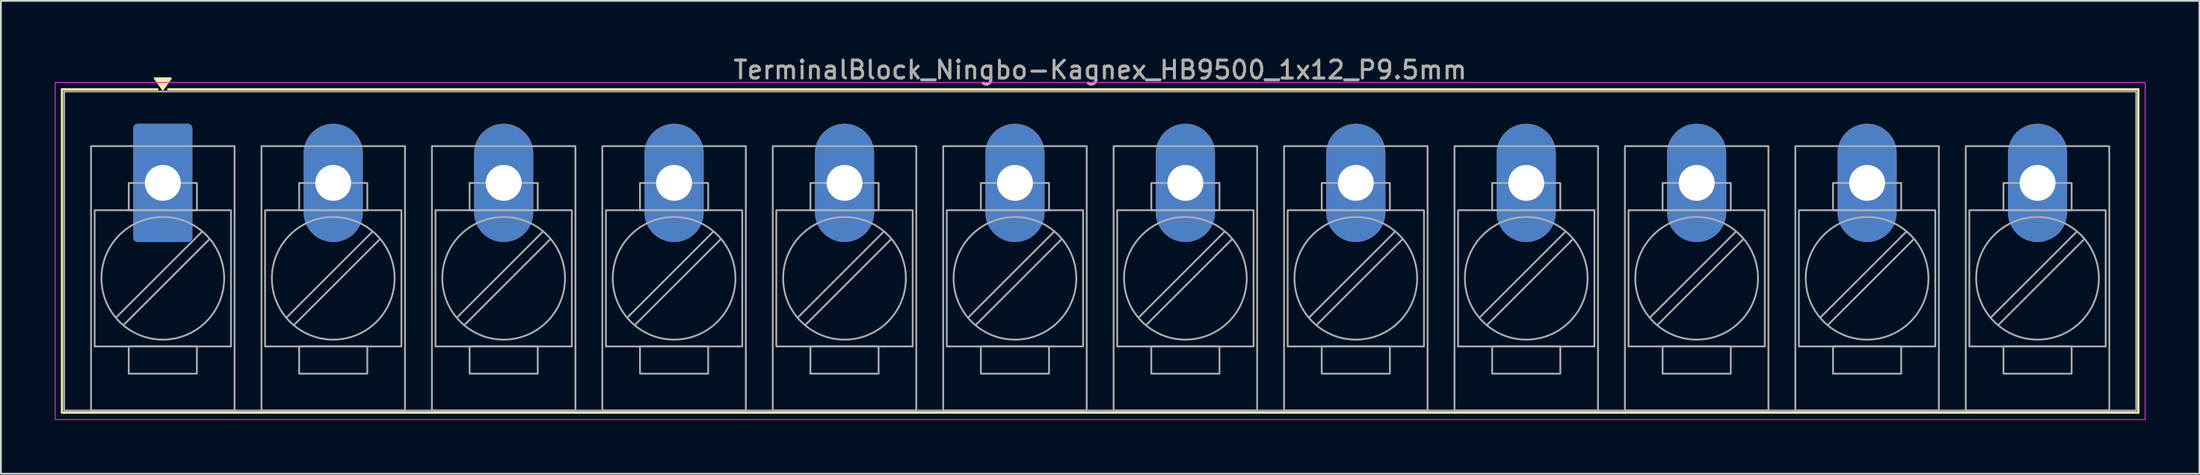
<source format=kicad_pcb>
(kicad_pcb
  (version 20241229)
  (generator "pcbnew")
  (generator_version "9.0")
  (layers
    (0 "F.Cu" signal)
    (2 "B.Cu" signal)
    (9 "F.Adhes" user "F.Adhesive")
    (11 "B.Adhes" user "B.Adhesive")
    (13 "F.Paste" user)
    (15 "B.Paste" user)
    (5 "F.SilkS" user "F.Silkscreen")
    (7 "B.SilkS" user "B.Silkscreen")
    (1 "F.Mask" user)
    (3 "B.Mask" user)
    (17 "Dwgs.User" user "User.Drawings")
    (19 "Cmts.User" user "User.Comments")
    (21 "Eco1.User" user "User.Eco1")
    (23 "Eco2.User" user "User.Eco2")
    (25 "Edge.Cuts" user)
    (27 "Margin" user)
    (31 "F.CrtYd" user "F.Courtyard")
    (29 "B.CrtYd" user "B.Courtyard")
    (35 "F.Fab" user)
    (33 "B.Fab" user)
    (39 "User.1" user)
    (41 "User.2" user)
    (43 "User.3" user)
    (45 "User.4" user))
  (footprint "TerminalBlock_Ningbo-Kagnex_HB9500_1x12_P9.5mm"
    (layer "F.Cu")
    (at 6.025 7.153)
    (property "Reference" "TerminalBlock_Ningbo-Kagnex_HB9500_1x12_P9.5mm" (at 52.25 -6.305 0) (layer "F.SilkS") (effects (font (size 1 1) (thickness 0.15))))
    (attr through_hole)
    (fp_line (start -5.62 -5.22) (end -0.3 -5.22) (stroke (width 0.12) (type solid)) (layer "F.SilkS"))
    (fp_line (start -5.62 12.82) (end -5.62 -5.22) (stroke (width 0.12) (type solid)) (layer "F.SilkS"))
    (fp_line (start 0.3 -5.22) (end 110.12 -5.22) (stroke (width 0.12) (type solid)) (layer "F.SilkS"))
    (fp_line (start 110.12 -5.22) (end 110.12 12.82) (stroke (width 0.12) (type solid)) (layer "F.SilkS"))
    (fp_line (start 110.12 12.82) (end -5.62 12.82) (stroke (width 0.12) (type solid)) (layer "F.SilkS"))
    (fp_poly (pts (xy 0 -5.22) (xy -0.44 -5.83) (xy 0.44 -5.83)) (stroke (width 0.12) (type solid)) (fill yes) (layer "F.SilkS"))
    (fp_rect (start -6 -5.605) (end 110.5 13.205) (stroke (width 0.05) (type solid)) (fill no) (layer "F.CrtYd"))
    (fp_line (start 2.176 2.731) (end -2.594 7.501) (stroke (width 0.1) (type solid)) (layer "F.Fab"))
    (fp_line (start 2.594 3.149) (end -2.176 7.919) (stroke (width 0.1) (type solid)) (layer "F.Fab"))
    (fp_line (start 11.676 2.731) (end 6.906 7.501) (stroke (width 0.1) (type solid)) (layer "F.Fab"))
    (fp_line (start 12.094 3.149) (end 7.324 7.919) (stroke (width 0.1) (type solid)) (layer "F.Fab"))
    (fp_line (start 21.176 2.731) (end 16.406 7.501) (stroke (width 0.1) (type solid)) (layer "F.Fab"))
    (fp_line (start 21.594 3.149) (end 16.824 7.919) (stroke (width 0.1) (type solid)) (layer "F.Fab"))
    (fp_line (start 30.676 2.731) (end 25.906 7.501) (stroke (width 0.1) (type solid)) (layer "F.Fab"))
    (fp_line (start 31.094 3.149) (end 26.324 7.919) (stroke (width 0.1) (type solid)) (layer "F.Fab"))
    (fp_line (start 40.176 2.731) (end 35.406 7.501) (stroke (width 0.1) (type solid)) (layer "F.Fab"))
    (fp_line (start 40.594 3.149) (end 35.824 7.919) (stroke (width 0.1) (type solid)) (layer "F.Fab"))
    (fp_line (start 49.676 2.731) (end 44.906 7.501) (stroke (width 0.1) (type solid)) (layer "F.Fab"))
    (fp_line (start 50.094 3.149) (end 45.324 7.919) (stroke (width 0.1) (type solid)) (layer "F.Fab"))
    (fp_line (start 59.176 2.731) (end 54.406 7.501) (stroke (width 0.1) (type solid)) (layer "F.Fab"))
    (fp_line (start 59.594 3.149) (end 54.824 7.919) (stroke (width 0.1) (type solid)) (layer "F.Fab"))
    (fp_line (start 68.676 2.731) (end 63.906 7.501) (stroke (width 0.1) (type solid)) (layer "F.Fab"))
    (fp_line (start 69.094 3.149) (end 64.324 7.919) (stroke (width 0.1) (type solid)) (layer "F.Fab"))
    (fp_line (start 78.176 2.731) (end 73.406 7.501) (stroke (width 0.1) (type solid)) (layer "F.Fab"))
    (fp_line (start 78.594 3.149) (end 73.824 7.919) (stroke (width 0.1) (type solid)) (layer "F.Fab"))
    (fp_line (start 87.676 2.731) (end 82.906 7.501) (stroke (width 0.1) (type solid)) (layer "F.Fab"))
    (fp_line (start 88.094 3.149) (end 83.324 7.919) (stroke (width 0.1) (type solid)) (layer "F.Fab"))
    (fp_line (start 97.176 2.731) (end 92.406 7.501) (stroke (width 0.1) (type solid)) (layer "F.Fab"))
    (fp_line (start 97.594 3.149) (end 92.824 7.919) (stroke (width 0.1) (type solid)) (layer "F.Fab"))
    (fp_line (start 106.676 2.731) (end 101.906 7.501) (stroke (width 0.1) (type solid)) (layer "F.Fab"))
    (fp_line (start 107.094 3.149) (end 102.324 7.919) (stroke (width 0.1) (type solid)) (layer "F.Fab"))
    (fp_rect (start -5.5 -5.1) (end 110 12.7) (stroke (width 0.1) (type solid)) (fill no) (layer "F.Fab"))
    (fp_rect (start -4 -2.05) (end 4 12.7) (stroke (width 0.1) (type solid)) (fill no) (layer "F.Fab"))
    (fp_rect (start -3.8 1.525) (end 3.8 9.125) (stroke (width 0.1) (type solid)) (fill no) (layer "F.Fab"))
    (fp_rect (start -1.9 0.005) (end 1.9 1.525) (stroke (width 0.1) (type solid)) (fill no) (layer "F.Fab"))
    (fp_rect (start -1.9 9.125) (end 1.9 10.645) (stroke (width 0.1) (type solid)) (fill no) (layer "F.Fab"))
    (fp_rect (start 5.5 -2.05) (end 13.5 12.7) (stroke (width 0.1) (type solid)) (fill no) (layer "F.Fab"))
    (fp_rect (start 5.7 1.525) (end 13.3 9.125) (stroke (width 0.1) (type solid)) (fill no) (layer "F.Fab"))
    (fp_rect (start 7.6 0.005) (end 11.4 1.525) (stroke (width 0.1) (type solid)) (fill no) (layer "F.Fab"))
    (fp_rect (start 7.6 9.125) (end 11.4 10.645) (stroke (width 0.1) (type solid)) (fill no) (layer "F.Fab"))
    (fp_rect (start 15 -2.05) (end 23 12.7) (stroke (width 0.1) (type solid)) (fill no) (layer "F.Fab"))
    (fp_rect (start 15.2 1.525) (end 22.8 9.125) (stroke (width 0.1) (type solid)) (fill no) (layer "F.Fab"))
    (fp_rect (start 17.1 0.005) (end 20.9 1.525) (stroke (width 0.1) (type solid)) (fill no) (layer "F.Fab"))
    (fp_rect (start 17.1 9.125) (end 20.9 10.645) (stroke (width 0.1) (type solid)) (fill no) (layer "F.Fab"))
    (fp_rect (start 24.5 -2.05) (end 32.5 12.7) (stroke (width 0.1) (type solid)) (fill no) (layer "F.Fab"))
    (fp_rect (start 24.7 1.525) (end 32.3 9.125) (stroke (width 0.1) (type solid)) (fill no) (layer "F.Fab"))
    (fp_rect (start 26.6 0.005) (end 30.4 1.525) (stroke (width 0.1) (type solid)) (fill no) (layer "F.Fab"))
    (fp_rect (start 26.6 9.125) (end 30.4 10.645) (stroke (width 0.1) (type solid)) (fill no) (layer "F.Fab"))
    (fp_rect (start 34 -2.05) (end 42 12.7) (stroke (width 0.1) (type solid)) (fill no) (layer "F.Fab"))
    (fp_rect (start 34.2 1.525) (end 41.8 9.125) (stroke (width 0.1) (type solid)) (fill no) (layer "F.Fab"))
    (fp_rect (start 36.1 0.005) (end 39.9 1.525) (stroke (width 0.1) (type solid)) (fill no) (layer "F.Fab"))
    (fp_rect (start 36.1 9.125) (end 39.9 10.645) (stroke (width 0.1) (type solid)) (fill no) (layer "F.Fab"))
    (fp_rect (start 43.5 -2.05) (end 51.5 12.7) (stroke (width 0.1) (type solid)) (fill no) (layer "F.Fab"))
    (fp_rect (start 43.7 1.525) (end 51.3 9.125) (stroke (width 0.1) (type solid)) (fill no) (layer "F.Fab"))
    (fp_rect (start 45.6 0.005) (end 49.4 1.525) (stroke (width 0.1) (type solid)) (fill no) (layer "F.Fab"))
    (fp_rect (start 45.6 9.125) (end 49.4 10.645) (stroke (width 0.1) (type solid)) (fill no) (layer "F.Fab"))
    (fp_rect (start 53 -2.05) (end 61 12.7) (stroke (width 0.1) (type solid)) (fill no) (layer "F.Fab"))
    (fp_rect (start 53.2 1.525) (end 60.8 9.125) (stroke (width 0.1) (type solid)) (fill no) (layer "F.Fab"))
    (fp_rect (start 55.1 0.005) (end 58.9 1.525) (stroke (width 0.1) (type solid)) (fill no) (layer "F.Fab"))
    (fp_rect (start 55.1 9.125) (end 58.9 10.645) (stroke (width 0.1) (type solid)) (fill no) (layer "F.Fab"))
    (fp_rect (start 62.5 -2.05) (end 70.5 12.7) (stroke (width 0.1) (type solid)) (fill no) (layer "F.Fab"))
    (fp_rect (start 62.7 1.525) (end 70.3 9.125) (stroke (width 0.1) (type solid)) (fill no) (layer "F.Fab"))
    (fp_rect (start 64.6 0.005) (end 68.4 1.525) (stroke (width 0.1) (type solid)) (fill no) (layer "F.Fab"))
    (fp_rect (start 64.6 9.125) (end 68.4 10.645) (stroke (width 0.1) (type solid)) (fill no) (layer "F.Fab"))
    (fp_rect (start 72 -2.05) (end 80 12.7) (stroke (width 0.1) (type solid)) (fill no) (layer "F.Fab"))
    (fp_rect (start 72.2 1.525) (end 79.8 9.125) (stroke (width 0.1) (type solid)) (fill no) (layer "F.Fab"))
    (fp_rect (start 74.1 0.005) (end 77.9 1.525) (stroke (width 0.1) (type solid)) (fill no) (layer "F.Fab"))
    (fp_rect (start 74.1 9.125) (end 77.9 10.645) (stroke (width 0.1) (type solid)) (fill no) (layer "F.Fab"))
    (fp_rect (start 81.5 -2.05) (end 89.5 12.7) (stroke (width 0.1) (type solid)) (fill no) (layer "F.Fab"))
    (fp_rect (start 81.7 1.525) (end 89.3 9.125) (stroke (width 0.1) (type solid)) (fill no) (layer "F.Fab"))
    (fp_rect (start 83.6 0.005) (end 87.4 1.525) (stroke (width 0.1) (type solid)) (fill no) (layer "F.Fab"))
    (fp_rect (start 83.6 9.125) (end 87.4 10.645) (stroke (width 0.1) (type solid)) (fill no) (layer "F.Fab"))
    (fp_rect (start 91 -2.05) (end 99 12.7) (stroke (width 0.1) (type solid)) (fill no) (layer "F.Fab"))
    (fp_rect (start 91.2 1.525) (end 98.8 9.125) (stroke (width 0.1) (type solid)) (fill no) (layer "F.Fab"))
    (fp_rect (start 93.1 0.005) (end 96.9 1.525) (stroke (width 0.1) (type solid)) (fill no) (layer "F.Fab"))
    (fp_rect (start 93.1 9.125) (end 96.9 10.645) (stroke (width 0.1) (type solid)) (fill no) (layer "F.Fab"))
    (fp_rect (start 100.5 -2.05) (end 108.5 12.7) (stroke (width 0.1) (type solid)) (fill no) (layer "F.Fab"))
    (fp_rect (start 100.7 1.525) (end 108.3 9.125) (stroke (width 0.1) (type solid)) (fill no) (layer "F.Fab"))
    (fp_rect (start 102.6 0.005) (end 106.4 1.525) (stroke (width 0.1) (type solid)) (fill no) (layer "F.Fab"))
    (fp_rect (start 102.6 9.125) (end 106.4 10.645) (stroke (width 0.1) (type solid)) (fill no) (layer "F.Fab"))
    (fp_circle (center 0 5.325) (end 3.42 5.325) (stroke (width 0.1) (type solid)) (fill no) (layer "F.Fab"))
    (fp_circle (center 9.5 5.325) (end 12.92 5.325) (stroke (width 0.1) (type solid)) (fill no) (layer "F.Fab"))
    (fp_circle (center 19 5.325) (end 22.42 5.325) (stroke (width 0.1) (type solid)) (fill no) (layer "F.Fab"))
    (fp_circle (center 28.5 5.325) (end 31.92 5.325) (stroke (width 0.1) (type solid)) (fill no) (layer "F.Fab"))
    (fp_circle (center 38 5.325) (end 41.42 5.325) (stroke (width 0.1) (type solid)) (fill no) (layer "F.Fab"))
    (fp_circle (center 47.5 5.325) (end 50.92 5.325) (stroke (width 0.1) (type solid)) (fill no) (layer "F.Fab"))
    (fp_circle (center 57 5.325) (end 60.42 5.325) (stroke (width 0.1) (type solid)) (fill no) (layer "F.Fab"))
    (fp_circle (center 66.5 5.325) (end 69.92 5.325) (stroke (width 0.1) (type solid)) (fill no) (layer "F.Fab"))
    (fp_circle (center 76 5.325) (end 79.42 5.325) (stroke (width 0.1) (type solid)) (fill no) (layer "F.Fab"))
    (fp_circle (center 85.5 5.325) (end 88.92 5.325) (stroke (width 0.1) (type solid)) (fill no) (layer "F.Fab"))
    (fp_circle (center 95 5.325) (end 98.42 5.325) (stroke (width 0.1) (type solid)) (fill no) (layer "F.Fab"))
    (fp_circle (center 104.5 5.325) (end 107.92 5.325) (stroke (width 0.1) (type solid)) (fill no) (layer "F.Fab"))
    (fp_text user "${REFERENCE}" (at 52.25 -6.305 0) (layer "F.Fab") (effects (font (size 1 1) (thickness 0.15))))
    (pad "1" thru_hole roundrect (at 0 0) (size 3.3 6.6) (drill 2) (layers "*.Cu" "*.Mask") (roundrect_rratio 0.076))
    (pad "2" thru_hole oval (at 9.5 0) (size 3.3 6.6) (drill 2) (layers "*.Cu" "*.Mask"))
    (pad "3" thru_hole oval (at 19 0) (size 3.3 6.6) (drill 2) (layers "*.Cu" "*.Mask"))
    (pad "4" thru_hole oval (at 28.5 0) (size 3.3 6.6) (drill 2) (layers "*.Cu" "*.Mask"))
    (pad "5" thru_hole oval (at 38 0) (size 3.3 6.6) (drill 2) (layers "*.Cu" "*.Mask"))
    (pad "6" thru_hole oval (at 47.5 0) (size 3.3 6.6) (drill 2) (layers "*.Cu" "*.Mask"))
    (pad "7" thru_hole oval (at 57 0) (size 3.3 6.6) (drill 2) (layers "*.Cu" "*.Mask"))
    (pad "8" thru_hole oval (at 66.5 0) (size 3.3 6.6) (drill 2) (layers "*.Cu" "*.Mask"))
    (pad "9" thru_hole oval (at 76 0) (size 3.3 6.6) (drill 2) (layers "*.Cu" "*.Mask"))
    (pad "10" thru_hole oval (at 85.5 0) (size 3.3 6.6) (drill 2) (layers "*.Cu" "*.Mask"))
    (pad "11" thru_hole oval (at 95 0) (size 3.3 6.6) (drill 2) (layers "*.Cu" "*.Mask"))
    (pad "12" thru_hole oval (at 104.5 0) (size 3.3 6.6) (drill 2) (layers "*.Cu" "*.Mask")))
  (gr_rect
    (start -3 -3)
    (end 119.55 23.383)
    (stroke (width 0.1) (type default))
    (fill no)
    (layer "Edge.Cuts")))
</source>
